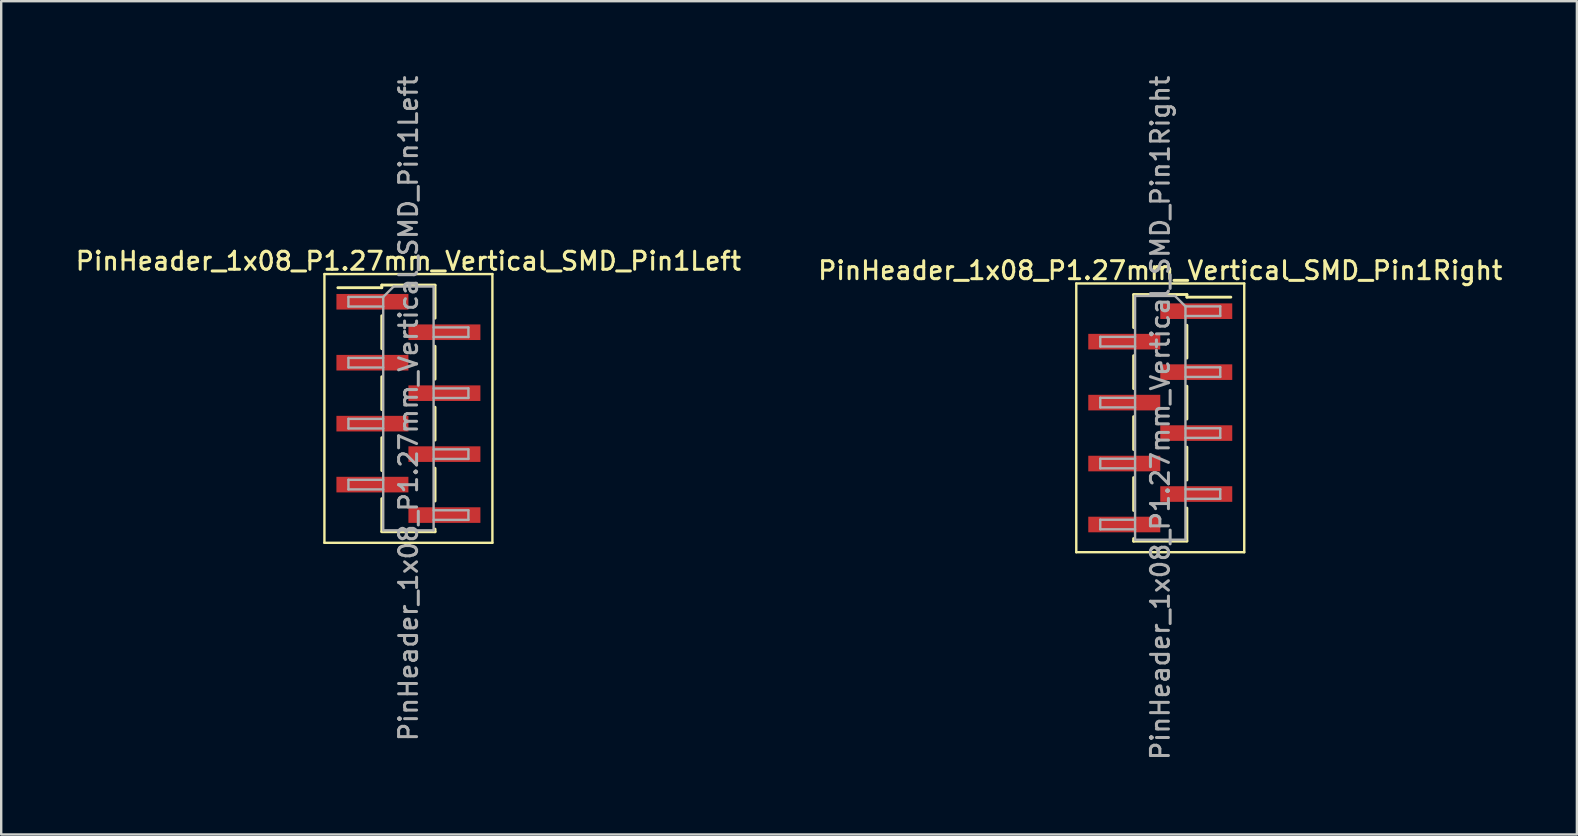
<source format=kicad_pcb>
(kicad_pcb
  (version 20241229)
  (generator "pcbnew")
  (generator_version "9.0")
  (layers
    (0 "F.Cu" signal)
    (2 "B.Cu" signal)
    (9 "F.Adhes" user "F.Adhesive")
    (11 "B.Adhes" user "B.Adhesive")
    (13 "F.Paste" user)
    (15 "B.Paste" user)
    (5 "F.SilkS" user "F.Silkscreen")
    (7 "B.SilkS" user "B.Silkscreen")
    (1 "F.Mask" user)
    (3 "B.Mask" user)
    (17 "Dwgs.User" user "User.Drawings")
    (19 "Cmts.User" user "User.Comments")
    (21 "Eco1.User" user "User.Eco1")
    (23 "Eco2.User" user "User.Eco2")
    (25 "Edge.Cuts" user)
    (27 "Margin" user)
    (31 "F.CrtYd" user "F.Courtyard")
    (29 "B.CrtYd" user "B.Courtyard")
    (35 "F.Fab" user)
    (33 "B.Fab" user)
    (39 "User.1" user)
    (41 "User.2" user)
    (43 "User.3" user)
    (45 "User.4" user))
  (footprint "PinHeader_1x08_P1.27mm_Vertical_SMD_Pin1Right"
    (layer "F.Cu")
    (at 45.302 14.363)
    (property "Reference" "PinHeader_1x08_P1.27mm_Vertical_SMD_Pin1Right" (at 0 -6.14 0) (layer "F.SilkS") (effects (font (size 0.75 0.75) (thickness 0.125))))
    (attr smd)
    (fp_line (start -3.5 -5.6) (end -3.5 5.6) (stroke (width 0.1) (type solid)) (layer "F.SilkS"))
    (fp_line (start -3.5 5.6) (end 3.5 5.6) (stroke (width 0.1) (type solid)) (layer "F.SilkS"))
    (fp_line (start -1.11 -5.14) (end 1.11 -5.14) (stroke (width 0.12) (type solid)) (layer "F.SilkS"))
    (fp_line (start -1.11 -5.13) (end -1.11 -3.76) (stroke (width 0.12) (type solid)) (layer "F.SilkS"))
    (fp_line (start -1.11 -2.59) (end -1.11 -1.22) (stroke (width 0.12) (type solid)) (layer "F.SilkS"))
    (fp_line (start -1.11 -0.05) (end -1.11 1.32) (stroke (width 0.12) (type solid)) (layer "F.SilkS"))
    (fp_line (start -1.11 2.49) (end -1.11 3.86) (stroke (width 0.12) (type solid)) (layer "F.SilkS"))
    (fp_line (start -1.11 5.03) (end -1.11 5.14) (stroke (width 0.12) (type solid)) (layer "F.SilkS"))
    (fp_line (start -1.11 5.14) (end 1.11 5.14) (stroke (width 0.12) (type solid)) (layer "F.SilkS"))
    (fp_line (start 1.11 -5.14) (end 1.11 -5.03) (stroke (width 0.12) (type solid)) (layer "F.SilkS"))
    (fp_line (start 1.11 -5.03) (end 2.94 -5.03) (stroke (width 0.12) (type solid)) (layer "F.SilkS"))
    (fp_line (start 1.11 -3.86) (end 1.11 -2.49) (stroke (width 0.12) (type solid)) (layer "F.SilkS"))
    (fp_line (start 1.11 -1.32) (end 1.11 0.05) (stroke (width 0.12) (type solid)) (layer "F.SilkS"))
    (fp_line (start 1.11 1.22) (end 1.11 2.59) (stroke (width 0.12) (type solid)) (layer "F.SilkS"))
    (fp_line (start 1.11 3.76) (end 1.11 5.13) (stroke (width 0.12) (type solid)) (layer "F.SilkS"))
    (fp_line (start 3.5 -5.6) (end -3.5 -5.6) (stroke (width 0.1) (type solid)) (layer "F.SilkS"))
    (fp_line (start 3.5 5.6) (end 3.5 -5.6) (stroke (width 0.1) (type solid)) (layer "F.SilkS"))
    (fp_line (start -2.5 -3.375) (end -2.5 -2.975) (stroke (width 0.1) (type solid)) (layer "F.Fab"))
    (fp_line (start -2.5 -2.975) (end -1.05 -2.975) (stroke (width 0.1) (type solid)) (layer "F.Fab"))
    (fp_line (start -2.5 -0.835) (end -2.5 -0.435) (stroke (width 0.1) (type solid)) (layer "F.Fab"))
    (fp_line (start -2.5 -0.435) (end -1.05 -0.435) (stroke (width 0.1) (type solid)) (layer "F.Fab"))
    (fp_line (start -2.5 1.705) (end -2.5 2.105) (stroke (width 0.1) (type solid)) (layer "F.Fab"))
    (fp_line (start -2.5 2.105) (end -1.05 2.105) (stroke (width 0.1) (type solid)) (layer "F.Fab"))
    (fp_line (start -2.5 4.245) (end -2.5 4.645) (stroke (width 0.1) (type solid)) (layer "F.Fab"))
    (fp_line (start -2.5 4.645) (end -1.05 4.645) (stroke (width 0.1) (type solid)) (layer "F.Fab"))
    (fp_line (start -1.05 -5.08) (end -1.05 5.08) (stroke (width 0.1) (type solid)) (layer "F.Fab"))
    (fp_line (start -1.05 -5.08) (end 0.615 -5.08) (stroke (width 0.1) (type solid)) (layer "F.Fab"))
    (fp_line (start -1.05 -3.375) (end -2.5 -3.375) (stroke (width 0.1) (type solid)) (layer "F.Fab"))
    (fp_line (start -1.05 -0.835) (end -2.5 -0.835) (stroke (width 0.1) (type solid)) (layer "F.Fab"))
    (fp_line (start -1.05 1.705) (end -2.5 1.705) (stroke (width 0.1) (type solid)) (layer "F.Fab"))
    (fp_line (start -1.05 4.245) (end -2.5 4.245) (stroke (width 0.1) (type solid)) (layer "F.Fab"))
    (fp_line (start 1.05 -4.645) (end 0.615 -5.08) (stroke (width 0.1) (type solid)) (layer "F.Fab"))
    (fp_line (start 1.05 -4.645) (end 2.5 -4.645) (stroke (width 0.1) (type solid)) (layer "F.Fab"))
    (fp_line (start 1.05 -2.105) (end 2.5 -2.105) (stroke (width 0.1) (type solid)) (layer "F.Fab"))
    (fp_line (start 1.05 0.435) (end 2.5 0.435) (stroke (width 0.1) (type solid)) (layer "F.Fab"))
    (fp_line (start 1.05 2.975) (end 2.5 2.975) (stroke (width 0.1) (type solid)) (layer "F.Fab"))
    (fp_line (start 1.05 5.08) (end -1.05 5.08) (stroke (width 0.1) (type solid)) (layer "F.Fab"))
    (fp_line (start 1.05 5.08) (end 1.05 -4.645) (stroke (width 0.1) (type solid)) (layer "F.Fab"))
    (fp_line (start 2.5 -4.645) (end 2.5 -4.245) (stroke (width 0.1) (type solid)) (layer "F.Fab"))
    (fp_line (start 2.5 -4.245) (end 1.05 -4.245) (stroke (width 0.1) (type solid)) (layer "F.Fab"))
    (fp_line (start 2.5 -2.105) (end 2.5 -1.705) (stroke (width 0.1) (type solid)) (layer "F.Fab"))
    (fp_line (start 2.5 -1.705) (end 1.05 -1.705) (stroke (width 0.1) (type solid)) (layer "F.Fab"))
    (fp_line (start 2.5 0.435) (end 2.5 0.835) (stroke (width 0.1) (type solid)) (layer "F.Fab"))
    (fp_line (start 2.5 0.835) (end 1.05 0.835) (stroke (width 0.1) (type solid)) (layer "F.Fab"))
    (fp_line (start 2.5 2.975) (end 2.5 3.375) (stroke (width 0.1) (type solid)) (layer "F.Fab"))
    (fp_line (start 2.5 3.375) (end 1.05 3.375) (stroke (width 0.1) (type solid)) (layer "F.Fab"))
    (fp_text user "${REFERENCE}" (at 0 0 90) (layer "F.Fab") (effects (font (size 0.75 0.75) (thickness 0.125))))
    (pad "1" smd rect (at 1.5 -4.445) (size 3 0.65) (layers "F.Cu" "F.Mask" "F.Paste"))
    (pad "2" smd rect (at -1.5 -3.175) (size 3 0.65) (layers "F.Cu" "F.Mask" "F.Paste"))
    (pad "3" smd rect (at 1.5 -1.905) (size 3 0.65) (layers "F.Cu" "F.Mask" "F.Paste"))
    (pad "4" smd rect (at -1.5 -0.635) (size 3 0.65) (layers "F.Cu" "F.Mask" "F.Paste"))
    (pad "5" smd rect (at 1.5 0.635) (size 3 0.65) (layers "F.Cu" "F.Mask" "F.Paste"))
    (pad "6" smd rect (at -1.5 1.905) (size 3 0.65) (layers "F.Cu" "F.Mask" "F.Paste"))
    (pad "7" smd rect (at 1.5 3.175) (size 3 0.65) (layers "F.Cu" "F.Mask" "F.Paste"))
    (pad "8" smd rect (at -1.5 4.445) (size 3 0.65) (layers "F.Cu" "F.Mask" "F.Paste")))
  (footprint "PinHeader_1x08_P1.27mm_Vertical_SMD_Pin1Left"
    (layer "F.Cu")
    (at 13.97 13.97)
    (property "Reference" "PinHeader_1x08_P1.27mm_Vertical_SMD_Pin1Left" (at 0 -6.14 0) (layer "F.SilkS") (effects (font (size 0.75 0.75) (thickness 0.125))))
    (attr smd)
    (fp_line (start -3.5 -5.6) (end -3.5 5.6) (stroke (width 0.1) (type solid)) (layer "F.SilkS"))
    (fp_line (start -3.5 5.6) (end 3.5 5.6) (stroke (width 0.1) (type solid)) (layer "F.SilkS"))
    (fp_line (start -1.11 -5.14) (end -1.11 -5.03) (stroke (width 0.12) (type solid)) (layer "F.SilkS"))
    (fp_line (start -1.11 -5.14) (end 1.11 -5.14) (stroke (width 0.12) (type solid)) (layer "F.SilkS"))
    (fp_line (start -1.11 -5.03) (end -2.94 -5.03) (stroke (width 0.12) (type solid)) (layer "F.SilkS"))
    (fp_line (start -1.11 -3.86) (end -1.11 -2.49) (stroke (width 0.12) (type solid)) (layer "F.SilkS"))
    (fp_line (start -1.11 -1.32) (end -1.11 0.05) (stroke (width 0.12) (type solid)) (layer "F.SilkS"))
    (fp_line (start -1.11 1.22) (end -1.11 2.59) (stroke (width 0.12) (type solid)) (layer "F.SilkS"))
    (fp_line (start -1.11 3.76) (end -1.11 5.13) (stroke (width 0.12) (type solid)) (layer "F.SilkS"))
    (fp_line (start -1.11 5.14) (end 1.11 5.14) (stroke (width 0.12) (type solid)) (layer "F.SilkS"))
    (fp_line (start 1.11 -5.13) (end 1.11 -3.76) (stroke (width 0.12) (type solid)) (layer "F.SilkS"))
    (fp_line (start 1.11 -2.59) (end 1.11 -1.22) (stroke (width 0.12) (type solid)) (layer "F.SilkS"))
    (fp_line (start 1.11 -0.05) (end 1.11 1.32) (stroke (width 0.12) (type solid)) (layer "F.SilkS"))
    (fp_line (start 1.11 2.49) (end 1.11 3.86) (stroke (width 0.12) (type solid)) (layer "F.SilkS"))
    (fp_line (start 1.11 5.03) (end 1.11 5.14) (stroke (width 0.12) (type solid)) (layer "F.SilkS"))
    (fp_line (start 3.5 -5.6) (end -3.5 -5.6) (stroke (width 0.1) (type solid)) (layer "F.SilkS"))
    (fp_line (start 3.5 5.6) (end 3.5 -5.6) (stroke (width 0.1) (type solid)) (layer "F.SilkS"))
    (fp_line (start -2.5 -4.645) (end -2.5 -4.245) (stroke (width 0.1) (type solid)) (layer "F.Fab"))
    (fp_line (start -2.5 -4.245) (end -1.05 -4.245) (stroke (width 0.1) (type solid)) (layer "F.Fab"))
    (fp_line (start -2.5 -2.105) (end -2.5 -1.705) (stroke (width 0.1) (type solid)) (layer "F.Fab"))
    (fp_line (start -2.5 -1.705) (end -1.05 -1.705) (stroke (width 0.1) (type solid)) (layer "F.Fab"))
    (fp_line (start -2.5 0.435) (end -2.5 0.835) (stroke (width 0.1) (type solid)) (layer "F.Fab"))
    (fp_line (start -2.5 0.835) (end -1.05 0.835) (stroke (width 0.1) (type solid)) (layer "F.Fab"))
    (fp_line (start -2.5 2.975) (end -2.5 3.375) (stroke (width 0.1) (type solid)) (layer "F.Fab"))
    (fp_line (start -2.5 3.375) (end -1.05 3.375) (stroke (width 0.1) (type solid)) (layer "F.Fab"))
    (fp_line (start -1.05 -4.645) (end -2.5 -4.645) (stroke (width 0.1) (type solid)) (layer "F.Fab"))
    (fp_line (start -1.05 -4.645) (end -0.615 -5.08) (stroke (width 0.1) (type solid)) (layer "F.Fab"))
    (fp_line (start -1.05 -2.105) (end -2.5 -2.105) (stroke (width 0.1) (type solid)) (layer "F.Fab"))
    (fp_line (start -1.05 0.435) (end -2.5 0.435) (stroke (width 0.1) (type solid)) (layer "F.Fab"))
    (fp_line (start -1.05 2.975) (end -2.5 2.975) (stroke (width 0.1) (type solid)) (layer "F.Fab"))
    (fp_line (start -1.05 5.08) (end -1.05 -4.645) (stroke (width 0.1) (type solid)) (layer "F.Fab"))
    (fp_line (start -0.615 -5.08) (end 1.05 -5.08) (stroke (width 0.1) (type solid)) (layer "F.Fab"))
    (fp_line (start 1.05 -5.08) (end 1.05 5.08) (stroke (width 0.1) (type solid)) (layer "F.Fab"))
    (fp_line (start 1.05 -3.375) (end 2.5 -3.375) (stroke (width 0.1) (type solid)) (layer "F.Fab"))
    (fp_line (start 1.05 -0.835) (end 2.5 -0.835) (stroke (width 0.1) (type solid)) (layer "F.Fab"))
    (fp_line (start 1.05 1.705) (end 2.5 1.705) (stroke (width 0.1) (type solid)) (layer "F.Fab"))
    (fp_line (start 1.05 4.245) (end 2.5 4.245) (stroke (width 0.1) (type solid)) (layer "F.Fab"))
    (fp_line (start 1.05 5.08) (end -1.05 5.08) (stroke (width 0.1) (type solid)) (layer "F.Fab"))
    (fp_line (start 2.5 -3.375) (end 2.5 -2.975) (stroke (width 0.1) (type solid)) (layer "F.Fab"))
    (fp_line (start 2.5 -2.975) (end 1.05 -2.975) (stroke (width 0.1) (type solid)) (layer "F.Fab"))
    (fp_line (start 2.5 -0.835) (end 2.5 -0.435) (stroke (width 0.1) (type solid)) (layer "F.Fab"))
    (fp_line (start 2.5 -0.435) (end 1.05 -0.435) (stroke (width 0.1) (type solid)) (layer "F.Fab"))
    (fp_line (start 2.5 1.705) (end 2.5 2.105) (stroke (width 0.1) (type solid)) (layer "F.Fab"))
    (fp_line (start 2.5 2.105) (end 1.05 2.105) (stroke (width 0.1) (type solid)) (layer "F.Fab"))
    (fp_line (start 2.5 4.245) (end 2.5 4.645) (stroke (width 0.1) (type solid)) (layer "F.Fab"))
    (fp_line (start 2.5 4.645) (end 1.05 4.645) (stroke (width 0.1) (type solid)) (layer "F.Fab"))
    (fp_text user "${REFERENCE}" (at 0 0 90) (layer "F.Fab") (effects (font (size 0.75 0.75) (thickness 0.125))))
    (pad "1" smd rect (at -1.5 -4.445) (size 3 0.65) (layers "F.Cu" "F.Mask" "F.Paste"))
    (pad "2" smd rect (at 1.5 -3.175) (size 3 0.65) (layers "F.Cu" "F.Mask" "F.Paste"))
    (pad "3" smd rect (at -1.5 -1.905) (size 3 0.65) (layers "F.Cu" "F.Mask" "F.Paste"))
    (pad "4" smd rect (at 1.5 -0.635) (size 3 0.65) (layers "F.Cu" "F.Mask" "F.Paste"))
    (pad "5" smd rect (at -1.5 0.635) (size 3 0.65) (layers "F.Cu" "F.Mask" "F.Paste"))
    (pad "6" smd rect (at 1.5 1.905) (size 3 0.65) (layers "F.Cu" "F.Mask" "F.Paste"))
    (pad "7" smd rect (at -1.5 3.175) (size 3 0.65) (layers "F.Cu" "F.Mask" "F.Paste"))
    (pad "8" smd rect (at 1.5 4.445) (size 3 0.65) (layers "F.Cu" "F.Mask" "F.Paste")))
  (gr_rect
    (start -3 -3)
    (end 62.664 31.725)
    (stroke (width 0.1) (type default))
    (fill no)
    (layer "Edge.Cuts")))
</source>
